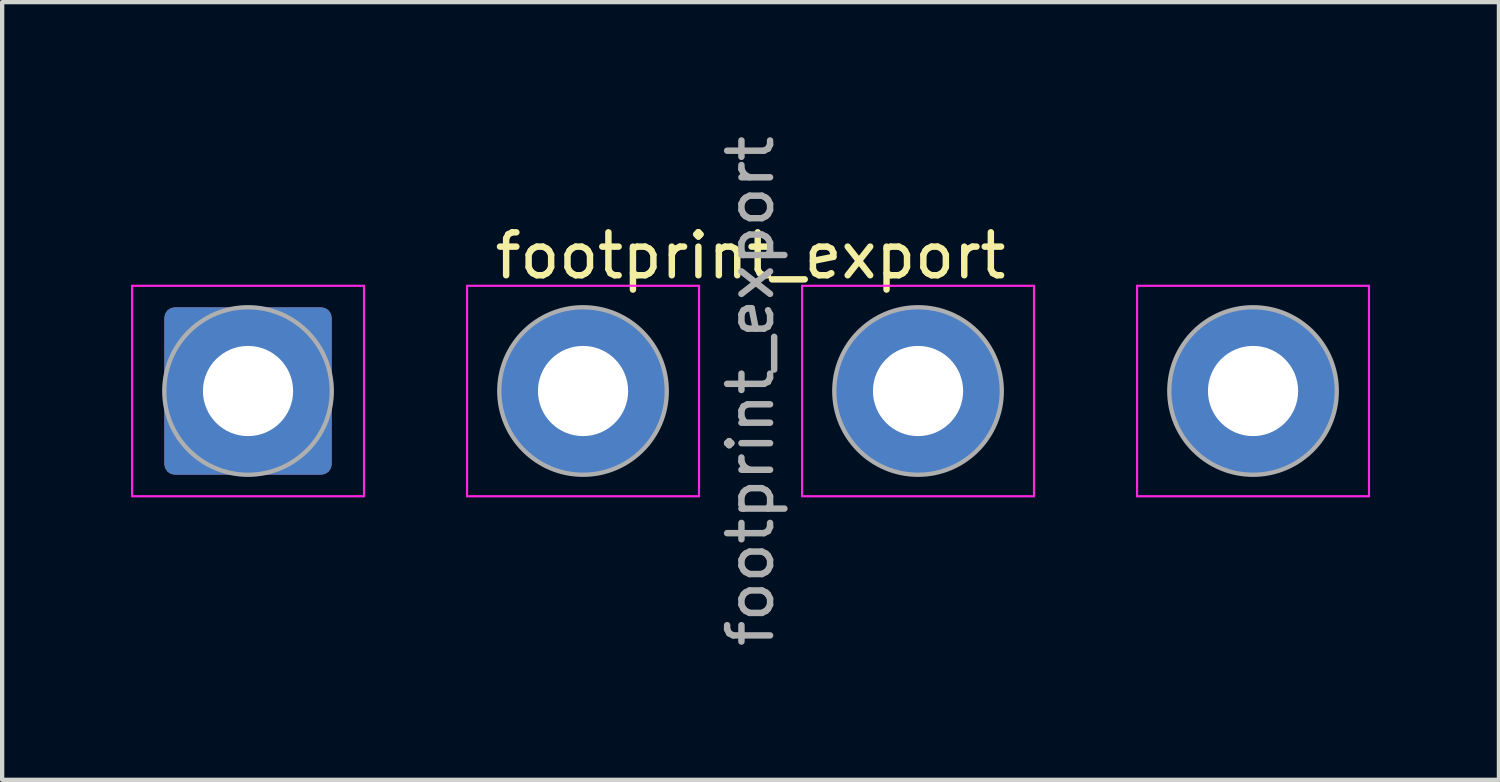
<source format=kicad_pcb>
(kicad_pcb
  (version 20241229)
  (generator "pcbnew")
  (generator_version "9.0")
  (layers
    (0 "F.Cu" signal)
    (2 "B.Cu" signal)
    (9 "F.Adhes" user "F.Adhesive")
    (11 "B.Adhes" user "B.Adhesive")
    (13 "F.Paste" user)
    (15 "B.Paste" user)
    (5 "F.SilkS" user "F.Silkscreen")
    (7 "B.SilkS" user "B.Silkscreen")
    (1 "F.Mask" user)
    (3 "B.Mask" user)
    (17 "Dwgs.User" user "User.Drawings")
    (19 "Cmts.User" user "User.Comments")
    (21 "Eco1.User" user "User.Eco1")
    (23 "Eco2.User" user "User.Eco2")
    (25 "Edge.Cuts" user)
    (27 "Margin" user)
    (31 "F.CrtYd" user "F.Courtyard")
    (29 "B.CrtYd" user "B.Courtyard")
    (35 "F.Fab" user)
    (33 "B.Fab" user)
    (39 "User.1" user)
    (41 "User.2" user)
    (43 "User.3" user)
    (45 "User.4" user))
  (footprint "footprint_export"
    (layer "F.Cu")
    (at 2.725 6.054)
    (property "Reference" "footprint_export" (at 11.7 -3.15 0) (layer "F.SilkS") (effects (font (size 1 1) (thickness 0.15))))
    (attr exclude_from_pos_files exclude_from_bom)
    (fp_line (start -2.7 -2.45) (end -2.7 2.45) (stroke (width 0.05) (type solid)) (layer "F.CrtYd"))
    (fp_line (start -2.7 2.45) (end 2.7 2.45) (stroke (width 0.05) (type solid)) (layer "F.CrtYd"))
    (fp_line (start 2.7 -2.45) (end -2.7 -2.45) (stroke (width 0.05) (type solid)) (layer "F.CrtYd"))
    (fp_line (start 2.7 2.45) (end 2.7 -2.45) (stroke (width 0.05) (type solid)) (layer "F.CrtYd"))
    (fp_line (start 5.1 -2.45) (end 5.1 2.45) (stroke (width 0.05) (type solid)) (layer "F.CrtYd"))
    (fp_line (start 5.1 2.45) (end 10.5 2.45) (stroke (width 0.05) (type solid)) (layer "F.CrtYd"))
    (fp_line (start 10.5 -2.45) (end 5.1 -2.45) (stroke (width 0.05) (type solid)) (layer "F.CrtYd"))
    (fp_line (start 10.5 2.45) (end 10.5 -2.45) (stroke (width 0.05) (type solid)) (layer "F.CrtYd"))
    (fp_line (start 12.9 -2.45) (end 12.9 2.45) (stroke (width 0.05) (type solid)) (layer "F.CrtYd"))
    (fp_line (start 12.9 2.45) (end 18.3 2.45) (stroke (width 0.05) (type solid)) (layer "F.CrtYd"))
    (fp_line (start 18.3 -2.45) (end 12.9 -2.45) (stroke (width 0.05) (type solid)) (layer "F.CrtYd"))
    (fp_line (start 18.3 2.45) (end 18.3 -2.45) (stroke (width 0.05) (type solid)) (layer "F.CrtYd"))
    (fp_line (start 20.7 -2.45) (end 20.7 2.45) (stroke (width 0.05) (type solid)) (layer "F.CrtYd"))
    (fp_line (start 20.7 2.45) (end 26.1 2.45) (stroke (width 0.05) (type solid)) (layer "F.CrtYd"))
    (fp_line (start 26.1 -2.45) (end 20.7 -2.45) (stroke (width 0.05) (type solid)) (layer "F.CrtYd"))
    (fp_line (start 26.1 2.45) (end 26.1 -2.45) (stroke (width 0.05) (type solid)) (layer "F.CrtYd"))
    (fp_circle (center 0 0) (end 1.95 0) (stroke (width 0.1) (type solid)) (fill no) (layer "F.Fab"))
    (fp_circle (center 7.8 0) (end 9.75 0) (stroke (width 0.1) (type solid)) (fill no) (layer "F.Fab"))
    (fp_circle (center 15.6 0) (end 17.55 0) (stroke (width 0.1) (type solid)) (fill no) (layer "F.Fab"))
    (fp_circle (center 23.4 0) (end 25.35 0) (stroke (width 0.1) (type solid)) (fill no) (layer "F.Fab"))
    (fp_text user "${REFERENCE}" (at 11.7 0 90) (layer "F.Fab") (effects (font (size 1 1) (thickness 0.15))))
    (pad "1" thru_hole roundrect (at 0 0) (size 3.9 3.9) (drill 2.1) (layers "*.Cu" "*.Mask") (roundrect_rratio 0.064))
    (pad "2" thru_hole circle (at 7.8 0) (size 3.9 3.9) (drill 2.1) (layers "*.Cu" "*.Mask"))
    (pad "3" thru_hole circle (at 15.6 0) (size 3.9 3.9) (drill 2.1) (layers "*.Cu" "*.Mask"))
    (pad "4" thru_hole circle (at 23.4 0) (size 3.9 3.9) (drill 2.1) (layers "*.Cu" "*.Mask")))
  (gr_rect
    (start -3 -3)
    (end 31.85 15.107)
    (stroke (width 0.1) (type default))
    (fill no)
    (layer "Edge.Cuts")))
</source>
